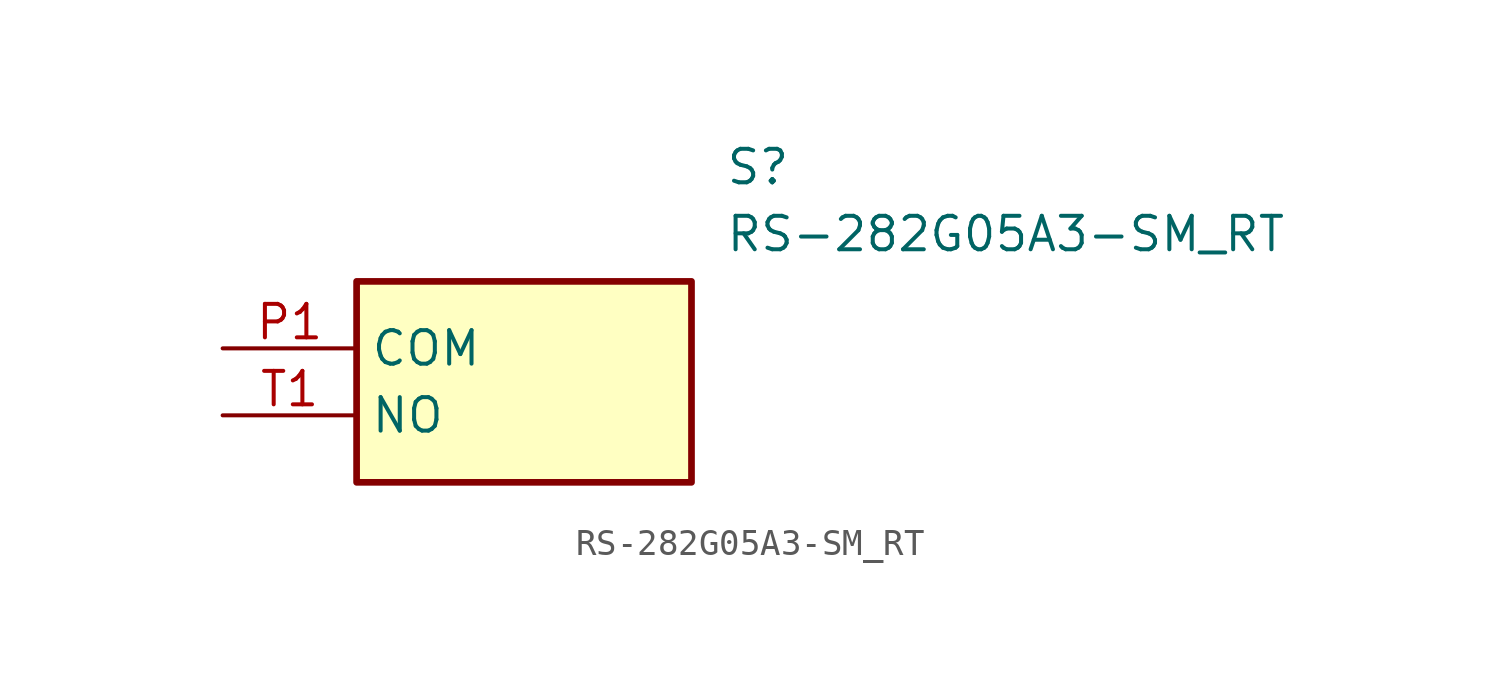
<source format=kicad_sym>
(kicad_symbol_lib
  (version 20211014)
  (generator SamacSys_ECAD_Model)
  (symbol "RS-282G05A3-SM_RT"
    (property "Reference" "S"
      (at 19.05 7.62 0)
      (effects (font (size 1.27 1.27)) (justify left top)))
    (property "Value" "RS-282G05A3-SM_RT"
      (at 19.05 5.08 0)
      (effects (font (size 1.27 1.27)) (justify left top)))
    (rectangle
      (start 5.08 2.54)
      (end 17.78 -5.08)
      (stroke (width 0.254) (type default))
      (fill (type background)))
    (pin passive line
      (at 0 0 0)
      (length 5.08)
      (name "COM" (effects (font (size 1.27 1.27))))
      (number "P1" (effects (font (size 1.27 1.27)))))
    (pin passive line
      (at 0 -2.54 0)
      (length 5.08)
      (name "NO" (effects (font (size 1.27 1.27))))
      (number "T1" (effects (font (size 1.27 1.27)))))))
</source>
